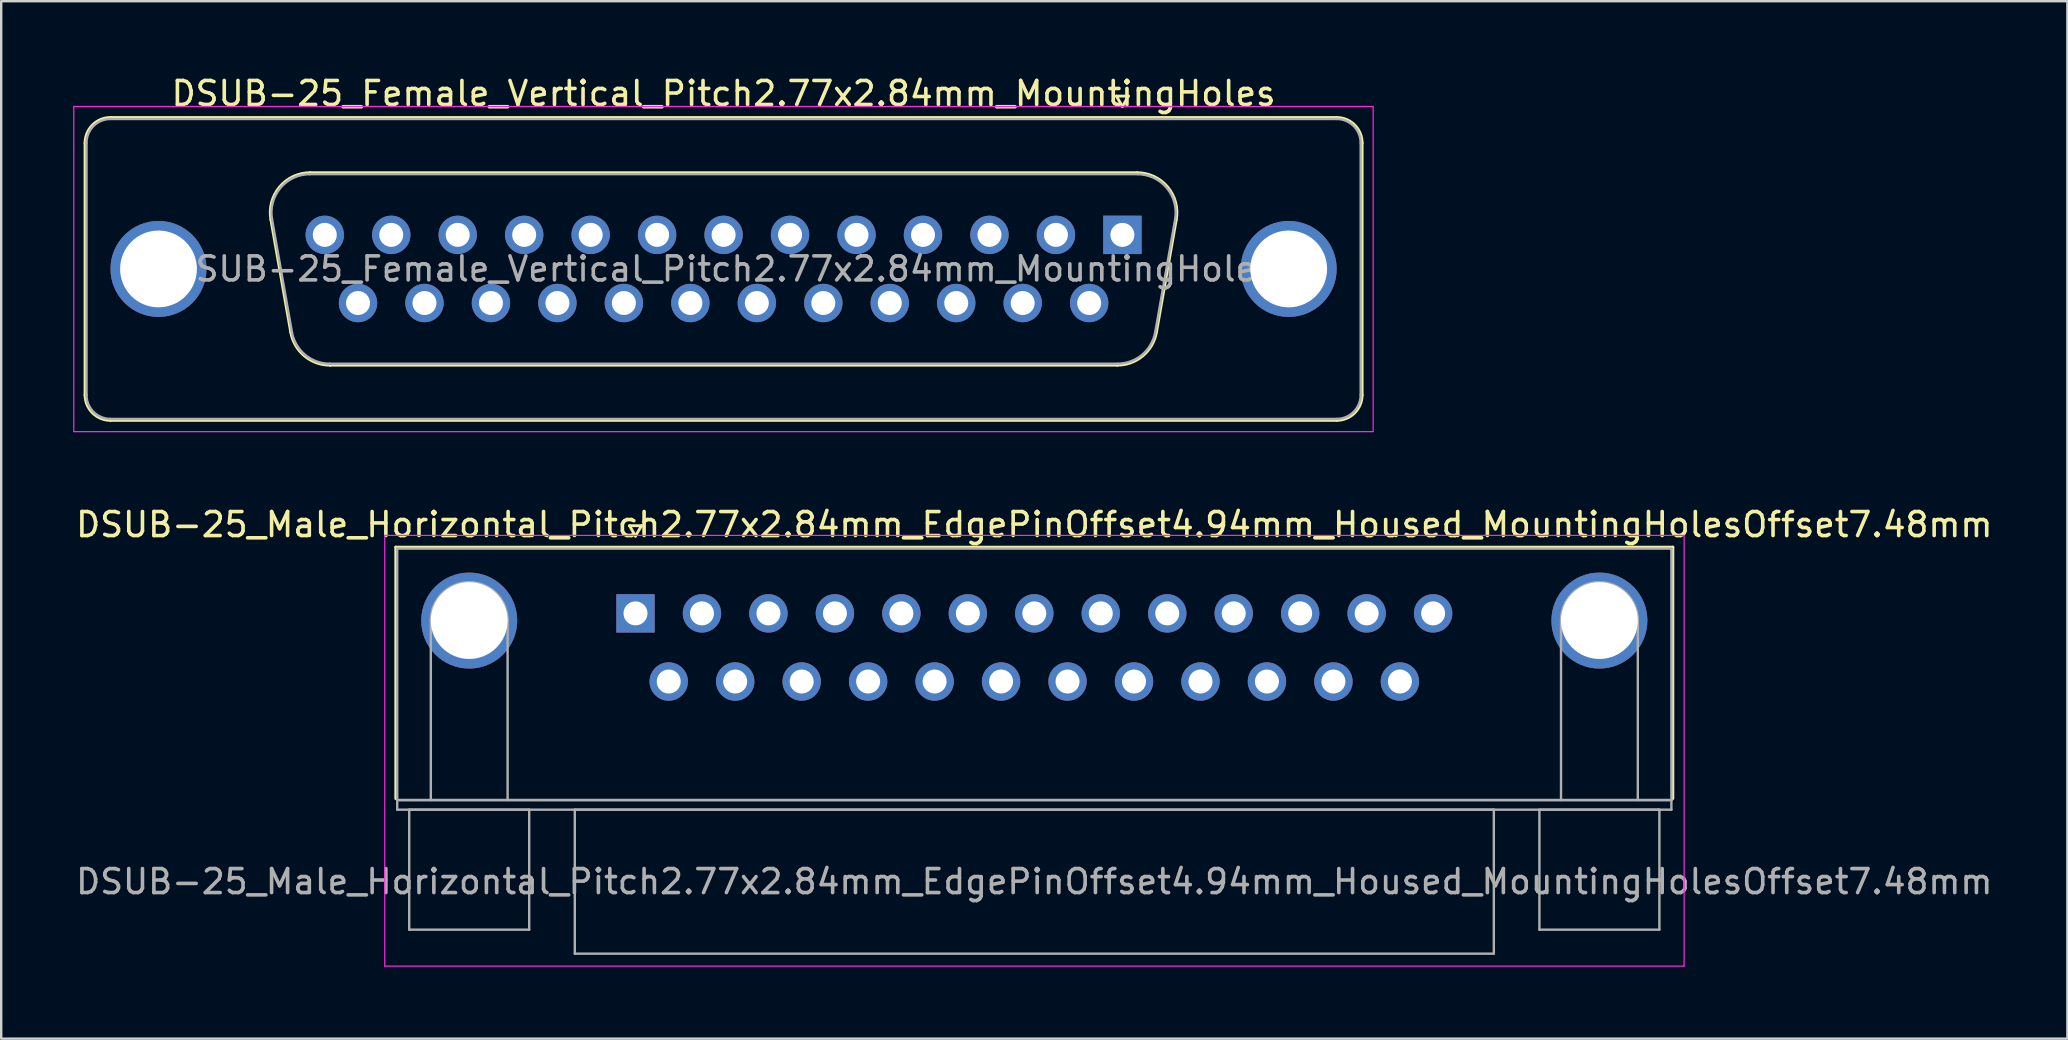
<source format=kicad_pcb>
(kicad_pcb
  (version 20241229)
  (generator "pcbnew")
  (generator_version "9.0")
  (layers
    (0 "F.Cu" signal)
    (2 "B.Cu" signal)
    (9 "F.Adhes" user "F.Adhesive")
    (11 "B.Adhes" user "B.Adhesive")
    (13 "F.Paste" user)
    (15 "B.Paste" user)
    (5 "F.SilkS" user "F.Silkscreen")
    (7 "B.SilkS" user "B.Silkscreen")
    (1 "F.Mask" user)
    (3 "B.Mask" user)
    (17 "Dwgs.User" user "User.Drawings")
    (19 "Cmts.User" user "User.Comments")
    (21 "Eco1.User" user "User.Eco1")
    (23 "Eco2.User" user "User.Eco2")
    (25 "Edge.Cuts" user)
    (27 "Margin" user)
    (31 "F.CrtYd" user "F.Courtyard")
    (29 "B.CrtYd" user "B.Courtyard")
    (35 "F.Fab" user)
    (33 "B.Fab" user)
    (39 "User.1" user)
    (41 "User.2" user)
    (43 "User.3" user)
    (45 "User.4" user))
  (footprint "DSUB-25_Female_Vertical_Pitch2.77x2.84mm_MountingHoles"
    (layer "F.Cu")
    (at 43.725 6.738)
    (property "Reference" "DSUB-25_Female_Vertical_Pitch2.77x2.84mm_MountingHoles" (at -16.62 -5.89 0) (layer "F.SilkS") (effects (font (size 1 1) (thickness 0.15))))
    (attr through_hole)
    (fp_line (start -43.23 6.67) (end -43.23 -3.83) (stroke (width 0.12) (type solid)) (layer "F.SilkS"))
    (fp_line (start -42.17 -4.89) (end 8.93 -4.89) (stroke (width 0.12) (type solid)) (layer "F.SilkS"))
    (fp_line (start -35.486 -0.642) (end -34.658 4.058) (stroke (width 0.12) (type solid)) (layer "F.SilkS"))
    (fp_line (start -33.852 -2.59) (end 0.612 -2.59) (stroke (width 0.12) (type solid)) (layer "F.SilkS"))
    (fp_line (start -33.023 5.43) (end -0.217 5.43) (stroke (width 0.12) (type solid)) (layer "F.SilkS"))
    (fp_line (start -0.25 -5.784) (end 0.25 -5.784) (stroke (width 0.12) (type solid)) (layer "F.SilkS"))
    (fp_line (start 0 -5.351) (end -0.25 -5.784) (stroke (width 0.12) (type solid)) (layer "F.SilkS"))
    (fp_line (start 0.25 -5.784) (end 0 -5.351) (stroke (width 0.12) (type solid)) (layer "F.SilkS"))
    (fp_line (start 2.246 -0.642) (end 1.418 4.058) (stroke (width 0.12) (type solid)) (layer "F.SilkS"))
    (fp_line (start 8.93 7.73) (end -42.17 7.73) (stroke (width 0.12) (type solid)) (layer "F.SilkS"))
    (fp_line (start 9.99 -3.83) (end 9.99 6.67) (stroke (width 0.12) (type solid)) (layer "F.SilkS"))
    (fp_arc (start -43.23 -3.83) (mid -42.919533 -4.579533) (end -42.17 -4.89) (stroke (width 0.12) (type solid)) (layer "F.SilkS"))
    (fp_arc (start -42.17 7.73) (mid -42.919533 7.419533) (end -43.23 6.67) (stroke (width 0.12) (type solid)) (layer "F.SilkS"))
    (fp_arc (start -35.48647 -0.641744) (mid -35.123323 -1.997028) (end -33.851689 -2.59) (stroke (width 0.12) (type solid)) (layer "F.SilkS"))
    (fp_arc (start -33.022952 5.43) (mid -34.089979 5.041634) (end -34.657733 4.058256) (stroke (width 0.12) (type solid)) (layer "F.SilkS"))
    (fp_arc (start 0.611689 -2.59) (mid 1.883323 -1.997027) (end 2.24647 -0.641744) (stroke (width 0.12) (type solid)) (layer "F.SilkS"))
    (fp_arc (start 1.417733 4.058256) (mid 0.84998 5.041634) (end -0.217048 5.43) (stroke (width 0.12) (type solid)) (layer "F.SilkS"))
    (fp_arc (start 8.93 -4.89) (mid 9.679533 -4.579533) (end 9.99 -3.83) (stroke (width 0.12) (type solid)) (layer "F.SilkS"))
    (fp_arc (start 9.99 6.67) (mid 9.679533 7.419533) (end 8.93 7.73) (stroke (width 0.12) (type solid)) (layer "F.SilkS"))
    (fp_line (start -43.7 -5.35) (end -43.7 8.2) (stroke (width 0.05) (type solid)) (layer "F.CrtYd"))
    (fp_line (start -43.7 8.2) (end 10.45 8.2) (stroke (width 0.05) (type solid)) (layer "F.CrtYd"))
    (fp_line (start 10.45 -5.35) (end -43.7 -5.35) (stroke (width 0.05) (type solid)) (layer "F.CrtYd"))
    (fp_line (start 10.45 8.2) (end 10.45 -5.35) (stroke (width 0.05) (type solid)) (layer "F.CrtYd"))
    (fp_line (start -43.17 6.67) (end -43.17 -3.83) (stroke (width 0.1) (type solid)) (layer "F.Fab"))
    (fp_line (start -42.17 -4.83) (end 8.93 -4.83) (stroke (width 0.1) (type solid)) (layer "F.Fab"))
    (fp_line (start -35.439 -0.652) (end -34.61 4.048) (stroke (width 0.1) (type solid)) (layer "F.Fab"))
    (fp_line (start -33.863 -2.53) (end 0.623 -2.53) (stroke (width 0.1) (type solid)) (layer "F.Fab"))
    (fp_line (start -33.034 5.37) (end -0.206 5.37) (stroke (width 0.1) (type solid)) (layer "F.Fab"))
    (fp_line (start 2.199 -0.652) (end 1.37 4.048) (stroke (width 0.1) (type solid)) (layer "F.Fab"))
    (fp_line (start 8.93 7.67) (end -42.17 7.67) (stroke (width 0.1) (type solid)) (layer "F.Fab"))
    (fp_line (start 9.93 -3.83) (end 9.93 6.67) (stroke (width 0.1) (type solid)) (layer "F.Fab"))
    (fp_arc (start -43.17 -3.83) (mid -42.877107 -4.537107) (end -42.17 -4.83) (stroke (width 0.1) (type solid)) (layer "F.Fab"))
    (fp_arc (start -42.17 7.67) (mid -42.877107 7.377107) (end -43.17 6.67) (stroke (width 0.1) (type solid)) (layer "F.Fab"))
    (fp_arc (start -35.438886 -0.652163) (mid -35.088865 -1.95846) (end -33.863194 -2.53) (stroke (width 0.1) (type solid)) (layer "F.Fab"))
    (fp_arc (start -33.034457 5.37) (mid -34.062917 4.995671) (end -34.610149 4.047837) (stroke (width 0.1) (type solid)) (layer "F.Fab"))
    (fp_arc (start 0.623194 -2.53) (mid 1.848865 -1.95846) (end 2.198886 -0.652163) (stroke (width 0.1) (type solid)) (layer "F.Fab"))
    (fp_arc (start 1.370149 4.047837) (mid 0.822917 4.995671) (end -0.205543 5.37) (stroke (width 0.1) (type solid)) (layer "F.Fab"))
    (fp_arc (start 8.93 -4.83) (mid 9.637107 -4.537107) (end 9.93 -3.83) (stroke (width 0.1) (type solid)) (layer "F.Fab"))
    (fp_arc (start 9.93 6.67) (mid 9.637107 7.377107) (end 8.93 7.67) (stroke (width 0.1) (type solid)) (layer "F.Fab"))
    (fp_text user "${REFERENCE}" (at -16.62 1.42 0) (layer "F.Fab") (effects (font (size 1 1) (thickness 0.15))))
    (pad "0" thru_hole circle (at -40.17 1.42) (size 4 4) (drill 3.2) (layers "*.Cu" "*.Mask"))
    (pad "0" thru_hole circle (at 6.93 1.42) (size 4 4) (drill 3.2) (layers "*.Cu" "*.Mask"))
    (pad "1" thru_hole rect (at 0 0) (size 1.6 1.6) (drill 1) (layers "*.Cu" "*.Mask"))
    (pad "2" thru_hole circle (at -2.77 0) (size 1.6 1.6) (drill 1) (layers "*.Cu" "*.Mask"))
    (pad "3" thru_hole circle (at -5.54 0) (size 1.6 1.6) (drill 1) (layers "*.Cu" "*.Mask"))
    (pad "4" thru_hole circle (at -8.31 0) (size 1.6 1.6) (drill 1) (layers "*.Cu" "*.Mask"))
    (pad "5" thru_hole circle (at -11.08 0) (size 1.6 1.6) (drill 1) (layers "*.Cu" "*.Mask"))
    (pad "6" thru_hole circle (at -13.85 0) (size 1.6 1.6) (drill 1) (layers "*.Cu" "*.Mask"))
    (pad "7" thru_hole circle (at -16.62 0) (size 1.6 1.6) (drill 1) (layers "*.Cu" "*.Mask"))
    (pad "8" thru_hole circle (at -19.39 0) (size 1.6 1.6) (drill 1) (layers "*.Cu" "*.Mask"))
    (pad "9" thru_hole circle (at -22.16 0) (size 1.6 1.6) (drill 1) (layers "*.Cu" "*.Mask"))
    (pad "10" thru_hole circle (at -24.93 0) (size 1.6 1.6) (drill 1) (layers "*.Cu" "*.Mask"))
    (pad "11" thru_hole circle (at -27.7 0) (size 1.6 1.6) (drill 1) (layers "*.Cu" "*.Mask"))
    (pad "12" thru_hole circle (at -30.47 0) (size 1.6 1.6) (drill 1) (layers "*.Cu" "*.Mask"))
    (pad "13" thru_hole circle (at -33.24 0) (size 1.6 1.6) (drill 1) (layers "*.Cu" "*.Mask"))
    (pad "14" thru_hole circle (at -1.385 2.84) (size 1.6 1.6) (drill 1) (layers "*.Cu" "*.Mask"))
    (pad "15" thru_hole circle (at -4.155 2.84) (size 1.6 1.6) (drill 1) (layers "*.Cu" "*.Mask"))
    (pad "16" thru_hole circle (at -6.925 2.84) (size 1.6 1.6) (drill 1) (layers "*.Cu" "*.Mask"))
    (pad "17" thru_hole circle (at -9.695 2.84) (size 1.6 1.6) (drill 1) (layers "*.Cu" "*.Mask"))
    (pad "18" thru_hole circle (at -12.465 2.84) (size 1.6 1.6) (drill 1) (layers "*.Cu" "*.Mask"))
    (pad "19" thru_hole circle (at -15.235 2.84) (size 1.6 1.6) (drill 1) (layers "*.Cu" "*.Mask"))
    (pad "20" thru_hole circle (at -18.005 2.84) (size 1.6 1.6) (drill 1) (layers "*.Cu" "*.Mask"))
    (pad "21" thru_hole circle (at -20.775 2.84) (size 1.6 1.6) (drill 1) (layers "*.Cu" "*.Mask"))
    (pad "22" thru_hole circle (at -23.545 2.84) (size 1.6 1.6) (drill 1) (layers "*.Cu" "*.Mask"))
    (pad "23" thru_hole circle (at -26.315 2.84) (size 1.6 1.6) (drill 1) (layers "*.Cu" "*.Mask"))
    (pad "24" thru_hole circle (at -29.085 2.84) (size 1.6 1.6) (drill 1) (layers "*.Cu" "*.Mask"))
    (pad "25" thru_hole circle (at -31.855 2.84) (size 1.6 1.6) (drill 1) (layers "*.Cu" "*.Mask")))
  (footprint "DSUB-25_Male_Horizontal_Pitch2.77x2.84mm_EdgePinOffset4.94mm_Housed_MountingHolesOffset7.48mm"
    (layer "F.Cu")
    (at 23.434 22.512)
    (property "Reference" "DSUB-25_Male_Horizontal_Pitch2.77x2.84mm_EdgePinOffset4.94mm_Housed_MountingHolesOffset7.48mm" (at 16.62 -3.7 0) (layer "F.SilkS") (effects (font (size 1 1) (thickness 0.15))))
    (attr through_hole)
    (fp_line (start -9.99 -2.76) (end 43.23 -2.76) (stroke (width 0.12) (type solid)) (layer "F.SilkS"))
    (fp_line (start -9.99 7.72) (end -9.99 -2.76) (stroke (width 0.12) (type solid)) (layer "F.SilkS"))
    (fp_line (start -0.25 -3.654) (end 0.25 -3.654) (stroke (width 0.12) (type solid)) (layer "F.SilkS"))
    (fp_line (start 0 -3.221) (end -0.25 -3.654) (stroke (width 0.12) (type solid)) (layer "F.SilkS"))
    (fp_line (start 0.25 -3.654) (end 0 -3.221) (stroke (width 0.12) (type solid)) (layer "F.SilkS"))
    (fp_line (start 43.23 -2.76) (end 43.23 7.72) (stroke (width 0.12) (type solid)) (layer "F.SilkS"))
    (fp_line (start -10.45 -3.25) (end -10.45 14.7) (stroke (width 0.05) (type solid)) (layer "F.CrtYd"))
    (fp_line (start -10.45 14.7) (end 43.7 14.7) (stroke (width 0.05) (type solid)) (layer "F.CrtYd"))
    (fp_line (start 43.7 -3.25) (end -10.45 -3.25) (stroke (width 0.05) (type solid)) (layer "F.CrtYd"))
    (fp_line (start 43.7 14.7) (end 43.7 -3.25) (stroke (width 0.05) (type solid)) (layer "F.CrtYd"))
    (fp_line (start -9.93 -2.7) (end -9.93 7.78) (stroke (width 0.1) (type solid)) (layer "F.Fab"))
    (fp_line (start -9.93 7.78) (end -9.93 8.18) (stroke (width 0.1) (type solid)) (layer "F.Fab"))
    (fp_line (start -9.93 7.78) (end 43.17 7.78) (stroke (width 0.1) (type solid)) (layer "F.Fab"))
    (fp_line (start -9.93 8.18) (end 43.17 8.18) (stroke (width 0.1) (type solid)) (layer "F.Fab"))
    (fp_line (start -9.43 8.18) (end -9.43 13.18) (stroke (width 0.1) (type solid)) (layer "F.Fab"))
    (fp_line (start -9.43 13.18) (end -4.43 13.18) (stroke (width 0.1) (type solid)) (layer "F.Fab"))
    (fp_line (start -8.53 7.78) (end -8.53 0.3) (stroke (width 0.1) (type solid)) (layer "F.Fab"))
    (fp_line (start -5.33 7.78) (end -5.33 0.3) (stroke (width 0.1) (type solid)) (layer "F.Fab"))
    (fp_line (start -4.43 8.18) (end -9.43 8.18) (stroke (width 0.1) (type solid)) (layer "F.Fab"))
    (fp_line (start -4.43 13.18) (end -4.43 8.18) (stroke (width 0.1) (type solid)) (layer "F.Fab"))
    (fp_line (start -2.53 8.18) (end -2.53 14.18) (stroke (width 0.1) (type solid)) (layer "F.Fab"))
    (fp_line (start -2.53 14.18) (end 35.77 14.18) (stroke (width 0.1) (type solid)) (layer "F.Fab"))
    (fp_line (start 35.77 8.18) (end -2.53 8.18) (stroke (width 0.1) (type solid)) (layer "F.Fab"))
    (fp_line (start 35.77 14.18) (end 35.77 8.18) (stroke (width 0.1) (type solid)) (layer "F.Fab"))
    (fp_line (start 37.67 8.18) (end 37.67 13.18) (stroke (width 0.1) (type solid)) (layer "F.Fab"))
    (fp_line (start 37.67 13.18) (end 42.67 13.18) (stroke (width 0.1) (type solid)) (layer "F.Fab"))
    (fp_line (start 38.57 7.78) (end 38.57 0.3) (stroke (width 0.1) (type solid)) (layer "F.Fab"))
    (fp_line (start 41.77 7.78) (end 41.77 0.3) (stroke (width 0.1) (type solid)) (layer "F.Fab"))
    (fp_line (start 42.67 8.18) (end 37.67 8.18) (stroke (width 0.1) (type solid)) (layer "F.Fab"))
    (fp_line (start 42.67 13.18) (end 42.67 8.18) (stroke (width 0.1) (type solid)) (layer "F.Fab"))
    (fp_line (start 43.17 -2.7) (end -9.93 -2.7) (stroke (width 0.1) (type solid)) (layer "F.Fab"))
    (fp_line (start 43.17 7.78) (end -9.93 7.78) (stroke (width 0.1) (type solid)) (layer "F.Fab"))
    (fp_line (start 43.17 7.78) (end 43.17 -2.7) (stroke (width 0.1) (type solid)) (layer "F.Fab"))
    (fp_line (start 43.17 8.18) (end 43.17 7.78) (stroke (width 0.1) (type solid)) (layer "F.Fab"))
    (fp_arc (start -8.53 0.3) (mid -6.93 -1.3) (end -5.33 0.3) (stroke (width 0.1) (type solid)) (layer "F.Fab"))
    (fp_arc (start 38.57 0.3) (mid 40.17 -1.3) (end 41.77 0.3) (stroke (width 0.1) (type solid)) (layer "F.Fab"))
    (fp_text user "${REFERENCE}" (at 16.62 11.18 0) (layer "F.Fab") (effects (font (size 1 1) (thickness 0.15))))
    (pad "0" thru_hole circle (at -6.93 0.3) (size 4 4) (drill 3.2) (layers "*.Cu" "*.Mask"))
    (pad "0" thru_hole circle (at 40.17 0.3) (size 4 4) (drill 3.2) (layers "*.Cu" "*.Mask"))
    (pad "1" thru_hole rect (at 0 0) (size 1.6 1.6) (drill 1) (layers "*.Cu" "*.Mask"))
    (pad "2" thru_hole circle (at 2.77 0) (size 1.6 1.6) (drill 1) (layers "*.Cu" "*.Mask"))
    (pad "3" thru_hole circle (at 5.54 0) (size 1.6 1.6) (drill 1) (layers "*.Cu" "*.Mask"))
    (pad "4" thru_hole circle (at 8.31 0) (size 1.6 1.6) (drill 1) (layers "*.Cu" "*.Mask"))
    (pad "5" thru_hole circle (at 11.08 0) (size 1.6 1.6) (drill 1) (layers "*.Cu" "*.Mask"))
    (pad "6" thru_hole circle (at 13.85 0) (size 1.6 1.6) (drill 1) (layers "*.Cu" "*.Mask"))
    (pad "7" thru_hole circle (at 16.62 0) (size 1.6 1.6) (drill 1) (layers "*.Cu" "*.Mask"))
    (pad "8" thru_hole circle (at 19.39 0) (size 1.6 1.6) (drill 1) (layers "*.Cu" "*.Mask"))
    (pad "9" thru_hole circle (at 22.16 0) (size 1.6 1.6) (drill 1) (layers "*.Cu" "*.Mask"))
    (pad "10" thru_hole circle (at 24.93 0) (size 1.6 1.6) (drill 1) (layers "*.Cu" "*.Mask"))
    (pad "11" thru_hole circle (at 27.7 0) (size 1.6 1.6) (drill 1) (layers "*.Cu" "*.Mask"))
    (pad "12" thru_hole circle (at 30.47 0) (size 1.6 1.6) (drill 1) (layers "*.Cu" "*.Mask"))
    (pad "13" thru_hole circle (at 33.24 0) (size 1.6 1.6) (drill 1) (layers "*.Cu" "*.Mask"))
    (pad "14" thru_hole circle (at 1.385 2.84) (size 1.6 1.6) (drill 1) (layers "*.Cu" "*.Mask"))
    (pad "15" thru_hole circle (at 4.155 2.84) (size 1.6 1.6) (drill 1) (layers "*.Cu" "*.Mask"))
    (pad "16" thru_hole circle (at 6.925 2.84) (size 1.6 1.6) (drill 1) (layers "*.Cu" "*.Mask"))
    (pad "17" thru_hole circle (at 9.695 2.84) (size 1.6 1.6) (drill 1) (layers "*.Cu" "*.Mask"))
    (pad "18" thru_hole circle (at 12.465 2.84) (size 1.6 1.6) (drill 1) (layers "*.Cu" "*.Mask"))
    (pad "19" thru_hole circle (at 15.235 2.84) (size 1.6 1.6) (drill 1) (layers "*.Cu" "*.Mask"))
    (pad "20" thru_hole circle (at 18.005 2.84) (size 1.6 1.6) (drill 1) (layers "*.Cu" "*.Mask"))
    (pad "21" thru_hole circle (at 20.775 2.84) (size 1.6 1.6) (drill 1) (layers "*.Cu" "*.Mask"))
    (pad "22" thru_hole circle (at 23.545 2.84) (size 1.6 1.6) (drill 1) (layers "*.Cu" "*.Mask"))
    (pad "23" thru_hole circle (at 26.315 2.84) (size 1.6 1.6) (drill 1) (layers "*.Cu" "*.Mask"))
    (pad "24" thru_hole circle (at 29.085 2.84) (size 1.6 1.6) (drill 1) (layers "*.Cu" "*.Mask"))
    (pad "25" thru_hole circle (at 31.855 2.84) (size 1.6 1.6) (drill 1) (layers "*.Cu" "*.Mask")))
  (gr_rect
    (start -3 -3)
    (end 83.107 40.236)
    (stroke (width 0.1) (type default))
    (fill no)
    (layer "Edge.Cuts")))
</source>
